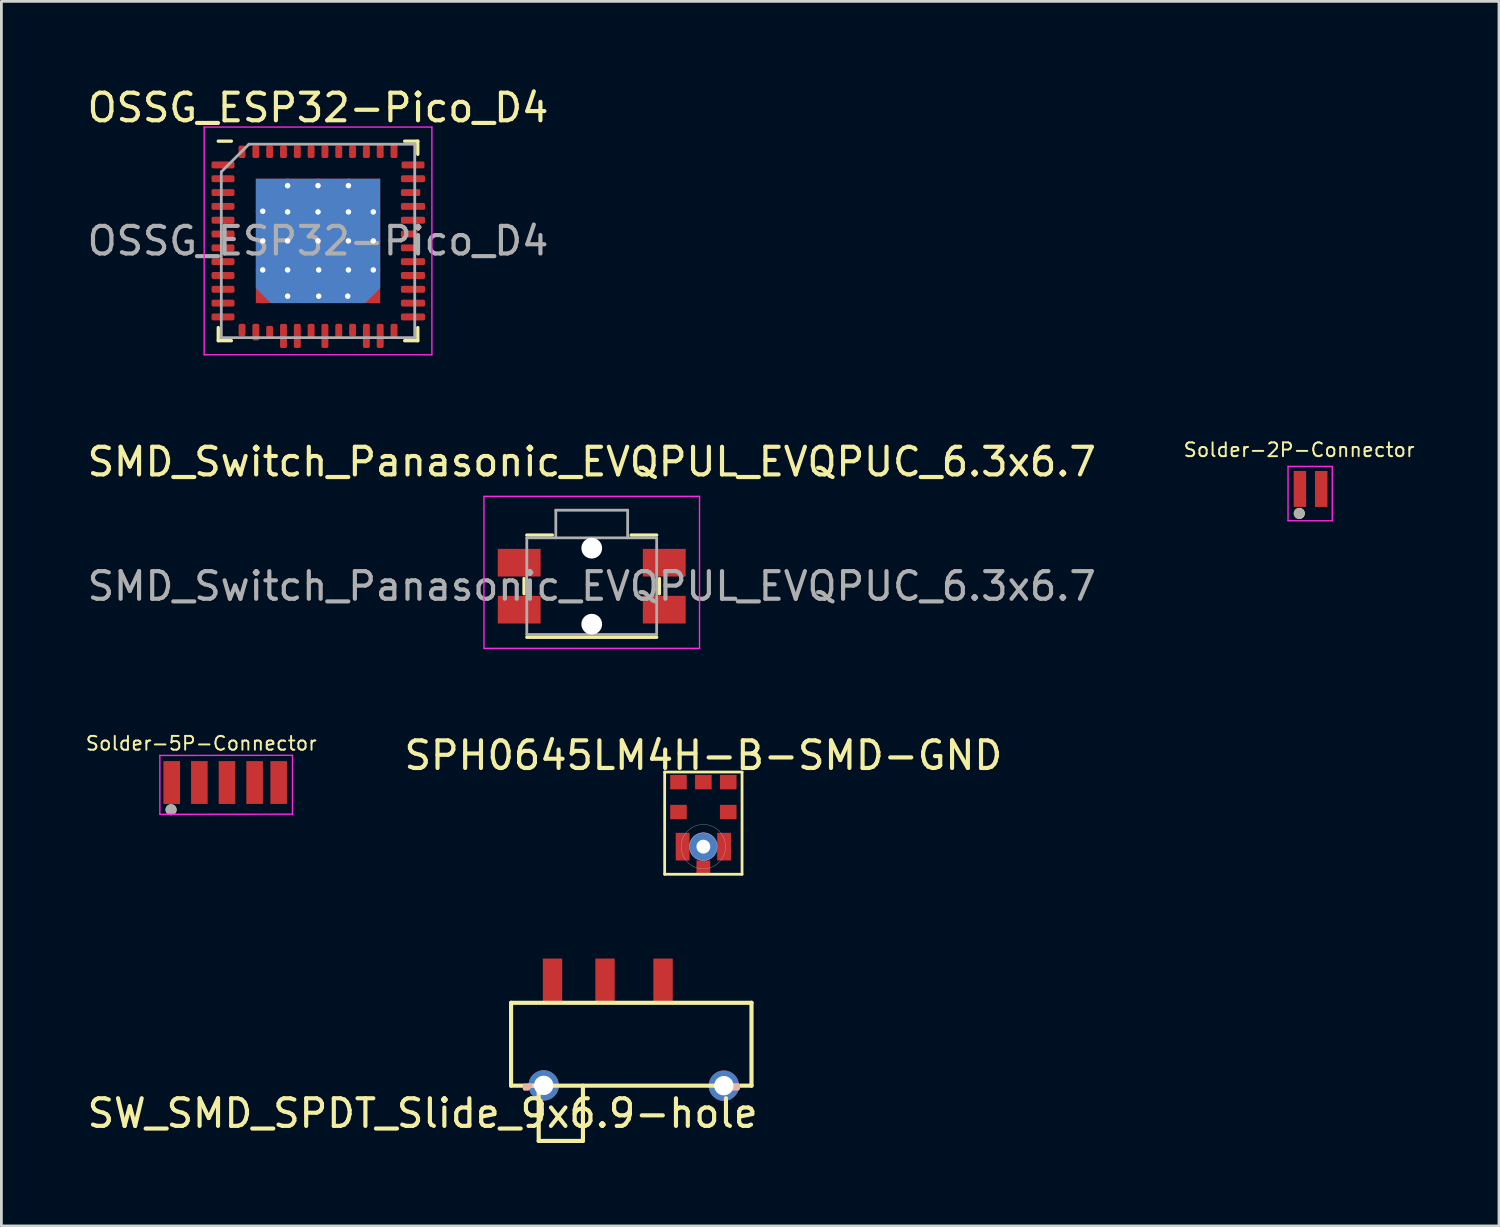
<source format=kicad_pcb>
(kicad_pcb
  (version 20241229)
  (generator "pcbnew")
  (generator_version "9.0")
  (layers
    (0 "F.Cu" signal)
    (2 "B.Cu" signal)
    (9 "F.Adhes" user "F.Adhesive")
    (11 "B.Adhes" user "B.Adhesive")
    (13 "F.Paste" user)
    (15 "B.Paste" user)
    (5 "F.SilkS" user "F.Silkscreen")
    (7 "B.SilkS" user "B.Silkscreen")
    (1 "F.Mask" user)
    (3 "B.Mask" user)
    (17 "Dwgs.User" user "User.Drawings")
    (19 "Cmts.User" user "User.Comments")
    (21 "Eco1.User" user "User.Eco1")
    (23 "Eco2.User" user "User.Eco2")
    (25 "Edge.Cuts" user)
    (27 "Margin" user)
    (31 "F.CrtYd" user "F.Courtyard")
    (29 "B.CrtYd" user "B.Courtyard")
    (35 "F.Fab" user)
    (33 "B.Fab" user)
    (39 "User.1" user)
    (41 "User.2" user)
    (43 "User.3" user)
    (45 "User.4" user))
  (footprint "Solder-5P-Connector"
    (layer "F.Cu")
    (at 4.634 25.252)
    (property "Reference" "Solder-5P-Connector" (at -0.4 -1.4 0) (layer "F.SilkS") (effects (font (size 0.5 0.5) (thickness 0.07))))
    (attr through_hole)
    (fp_circle (center -1.49 1) (end -1.39 1) (stroke (width 0.2) (type solid)) (fill no) (layer "F.SilkS"))
    (fp_line (start -1.9 -0.965) (end 2.9 -0.97) (stroke (width 0.05) (type solid)) (layer "F.CrtYd"))
    (fp_line (start -1.9 1.165) (end -1.9 -0.965) (stroke (width 0.05) (type solid)) (layer "F.CrtYd"))
    (fp_line (start 2.9 -0.97) (end 2.9 1.16) (stroke (width 0.05) (type solid)) (layer "F.CrtYd"))
    (fp_line (start 2.9 1.16) (end -1.9 1.165) (stroke (width 0.05) (type solid)) (layer "F.CrtYd"))
    (fp_circle (center -1.5 1) (end -1.4 1) (stroke (width 0.2) (type solid)) (fill no) (layer "F.Fab"))
    (pad "1" smd rect (at -1.47 0.015) (size 0.6 1.55) (layers "F.Cu" "F.Mask" "F.Paste"))
    (pad "2" smd rect (at -0.47 0.015) (size 0.6 1.55) (layers "F.Cu" "F.Mask" "F.Paste"))
    (pad "3" smd rect (at 0.53 0.015) (size 0.6 1.55) (layers "F.Cu" "F.Mask" "F.Paste"))
    (pad "4" smd rect (at 1.53 0.015) (size 0.6 1.55) (layers "F.Cu" "F.Mask" "F.Paste"))
    (pad "5" smd rect (at 2.4 0.015) (size 0.6 1.55) (layers "F.Cu" "F.Mask" "F.Paste")))
  (footprint "SMD_Switch_Panasonic_EVQPUL_EVQPUC_6.3x6.7"
    (layer "F.Cu")
    (at 18.363 18.162)
    (property "Reference" "SMD_Switch_Panasonic_EVQPUL_EVQPUC_6.3x6.7" (at 0 -4.5 0) (layer "F.SilkS") (effects (font (size 1 1) (thickness 0.15))))
    (attr smd)
    (fp_line (start -2.45 0.275) (end -2.45 -0.275) (stroke (width 0.12) (type solid)) (layer "F.SilkS"))
    (fp_line (start -1.425 -1.85) (end -2.35 -1.85) (stroke (width 0.12) (type solid)) (layer "F.SilkS"))
    (fp_line (start 2.35 -1.85) (end 1.425 -1.85) (stroke (width 0.12) (type solid)) (layer "F.SilkS"))
    (fp_line (start 2.35 1.85) (end -2.35 1.85) (stroke (width 0.12) (type solid)) (layer "F.SilkS"))
    (fp_line (start 2.45 0.275) (end 2.45 -0.275) (stroke (width 0.12) (type solid)) (layer "F.SilkS"))
    (fp_line (start -3.9 2.25) (end -3.9 -3.25) (stroke (width 0.05) (type solid)) (layer "F.CrtYd"))
    (fp_line (start 3.9 -3.25) (end -3.9 -3.25) (stroke (width 0.05) (type solid)) (layer "F.CrtYd"))
    (fp_line (start 3.9 2.25) (end -3.9 2.25) (stroke (width 0.05) (type solid)) (layer "F.CrtYd"))
    (fp_line (start 3.9 2.25) (end 3.9 -3.25) (stroke (width 0.05) (type solid)) (layer "F.CrtYd"))
    (fp_line (start -2.35 1.75) (end -2.35 -1.75) (stroke (width 0.1) (type solid)) (layer "F.Fab"))
    (fp_line (start -1.3 -2.75) (end -1.3 -1.75) (stroke (width 0.1) (type solid)) (layer "F.Fab"))
    (fp_line (start 1.3 -2.75) (end -1.3 -2.75) (stroke (width 0.1) (type solid)) (layer "F.Fab"))
    (fp_line (start 1.3 -2.75) (end 1.3 -1.75) (stroke (width 0.1) (type solid)) (layer "F.Fab"))
    (fp_line (start 2.35 -1.75) (end -2.35 -1.75) (stroke (width 0.1) (type solid)) (layer "F.Fab"))
    (fp_line (start 2.35 1.75) (end -2.35 1.75) (stroke (width 0.1) (type solid)) (layer "F.Fab"))
    (fp_line (start 2.35 1.75) (end 2.35 -1.75) (stroke (width 0.1) (type solid)) (layer "F.Fab"))
    (fp_text user "${REFERENCE}" (at 0 0 0) (layer "F.Fab") (effects (font (size 1 1) (thickness 0.15))))
    (pad "" np_thru_hole circle (at 0 -1.375 180) (size 0.75 0.75) (drill 0.75) (layers "*.Cu" "*.Mask"))
    (pad "" np_thru_hole circle (at 0 1.375 180) (size 0.75 0.75) (drill 0.75) (layers "*.Cu" "*.Mask"))
    (pad "1" smd rect (at -2.625 -0.85 180) (size 1.55 1) (layers "F.Cu" "F.Mask" "F.Paste"))
    (pad "1" smd rect (at 2.625 -0.85 180) (size 1.55 1) (layers "F.Cu" "F.Mask" "F.Paste"))
    (pad "2" smd rect (at -2.625 0.85 180) (size 1.55 1) (layers "F.Cu" "F.Mask" "F.Paste"))
    (pad "2" smd rect (at 2.625 0.85 180) (size 1.55 1) (layers "F.Cu" "F.Mask" "F.Paste")))
  (footprint "SW_SMD_SPDT_Slide_9x6.9-hole"
    (layer "F.Cu")
    (at 15.444 33.237)
    (property "Reference" "SW_SMD_SPDT_Slide_9x6.9-hole" (at -3.2 4 180) (layer "F.SilkS") (effects (font (size 1 1) (thickness 0.15))))
    (attr through_hole)
    (fp_line (start 0 0) (end 8.7 0) (stroke (width 0.15) (type solid)) (layer "F.SilkS"))
    (fp_line (start 0 3) (end 0 0) (stroke (width 0.15) (type solid)) (layer "F.SilkS"))
    (fp_line (start 1 3) (end 1 5) (stroke (width 0.15) (type solid)) (layer "F.SilkS"))
    (fp_line (start 1 5) (end 2.6 5) (stroke (width 0.15) (type solid)) (layer "F.SilkS"))
    (fp_line (start 2.6 5) (end 2.6 3) (stroke (width 0.15) (type solid)) (layer "F.SilkS"))
    (fp_line (start 8.7 0) (end 8.7 3) (stroke (width 0.15) (type solid)) (layer "F.SilkS"))
    (fp_line (start 8.7 3) (end 0 3) (stroke (width 0.15) (type solid)) (layer "F.SilkS"))
    (fp_line (start 0.5 3) (end 0.5 3.1) (stroke (width 0.15) (type solid)) (layer "B.SilkS"))
    (fp_line (start 0.5 3.1) (end 0.6 3.1) (stroke (width 0.15) (type solid)) (layer "B.SilkS"))
    (fp_line (start 0.6 3) (end 0.5 3) (stroke (width 0.15) (type solid)) (layer "B.SilkS"))
    (fp_line (start 0.6 3.1) (end 0.7 3) (stroke (width 0.15) (type solid)) (layer "B.SilkS"))
    (fp_line (start 0.7 3) (end 0.6 3) (stroke (width 0.15) (type solid)) (layer "B.SilkS"))
    (fp_line (start 8 3) (end 8.2 3) (stroke (width 0.15) (type solid)) (layer "B.SilkS"))
    (fp_line (start 8 3.1) (end 8 3) (stroke (width 0.15) (type solid)) (layer "B.SilkS"))
    (fp_line (start 8.2 3) (end 8.1 3) (stroke (width 0.15) (type solid)) (layer "B.SilkS"))
    (fp_line (start 8.2 3) (end 8.2 3.1) (stroke (width 0.15) (type solid)) (layer "B.SilkS"))
    (fp_line (start 8.2 3.1) (end 8 3.1) (stroke (width 0.15) (type solid)) (layer "B.SilkS"))
    (fp_line (start 0.7 3) (end 0.7 3.1) (stroke (width 0.15) (type solid)) (layer "F.Paste"))
    (pad "" thru_hole circle (at 1.18 2.99) (size 1.1 1.1) (drill 0.7) (layers "*.Cu" "*.Mask"))
    (pad "" thru_hole circle (at 7.7 3) (size 1.1 1.1) (drill 0.7) (layers "*.Cu" "*.Mask"))
    (pad "1" smd rect (at 1.5 -0.8) (size 0.7 1.6) (layers "F.Cu" "F.Mask" "F.Paste"))
    (pad "2" smd rect (at 5.5 -0.8) (size 0.7 1.6) (layers "F.Cu" "F.Mask" "F.Paste"))
    (pad "3" smd rect (at 3.4 -0.8) (size 0.7 1.6) (layers "F.Cu" "F.Mask" "F.Paste")))
  (footprint "SPH0645LM4H-B-SMD-GND"
    (layer "F.Cu")
    (at 22.402 27.587)
    (property "Reference" "SPH0645LM4H-B-SMD-GND" (at 0 -3.302 0) (layer "F.SilkS") (effects (font (size 1 1) (thickness 0.15))))
    (attr through_hole)
    (fp_line (start -1.4 -2.7) (end -1.4 1) (stroke (width 0.1) (type solid)) (layer "F.SilkS"))
    (fp_line (start -1.4 1) (end 1.4 1) (stroke (width 0.1) (type solid)) (layer "F.SilkS"))
    (fp_line (start 1.4 -2.7) (end -1.4 -2.7) (stroke (width 0.1) (type solid)) (layer "F.SilkS"))
    (fp_line (start 1.4 1) (end 1.4 -2.7) (stroke (width 0.1) (type solid)) (layer "F.SilkS"))
    (fp_circle (center 0 0) (end 0.5 0) (stroke (width 0.01) (type solid)) (fill no) (layer "Dwgs.User"))
    (fp_circle (center 0 0) (end 0.8 -0.05) (stroke (width 0.01) (type solid)) (fill no) (layer "Dwgs.User"))
    (pad "" np_thru_hole circle (at 0 0) (size 1.024 1.024) (drill 0.5) (layers "*.Cu" "*.Mask"))
    (pad "1" smd rect (at -0.9 -2.335) (size 0.6 0.522) (layers "F.Cu" "F.Mask" "F.Paste"))
    (pad "2" smd rect (at -0.9 -1.252) (size 0.6 0.522) (layers "F.Cu" "F.Mask" "F.Paste"))
    (pad "3" smd rect (at -0.75 0) (size 0.5 1) (layers "F.Cu" "F.Mask" "F.Paste"))
    (pad "3" smd rect (at 0 0.75) (size 0.5 0.5) (layers "F.Cu" "F.Mask" "F.Paste"))
    (pad "3" smd rect (at 0.75 0) (size 0.5 1) (layers "F.Cu" "F.Mask" "F.Paste"))
    (pad "4" smd rect (at 0.9 -1.252) (size 0.6 0.522) (layers "F.Cu" "F.Mask" "F.Paste"))
    (pad "5" smd rect (at 0.9 -2.335) (size 0.6 0.522) (layers "F.Cu" "F.Mask" "F.Paste"))
    (pad "6" smd rect (at 0 -2.335) (size 0.6 0.522) (layers "F.Cu" "F.Mask" "F.Paste")))
  (footprint "Solder-2P-Connector"
    (layer "F.Cu")
    (at 44.36 14.629)
    (property "Reference" "Solder-2P-Connector" (at -0.4 -1.4 0) (layer "F.SilkS") (effects (font (size 0.5 0.5) (thickness 0.07))))
    (attr through_hole)
    (fp_circle (center -0.39 0.9) (end -0.29 0.9) (stroke (width 0.2) (type solid)) (fill no) (layer "F.SilkS"))
    (fp_line (start -0.8 -0.8) (end 0.8 -0.8) (stroke (width 0.05) (type solid)) (layer "F.CrtYd"))
    (fp_line (start -0.8 1.165) (end -0.8 -0.8) (stroke (width 0.05) (type solid)) (layer "F.CrtYd"))
    (fp_line (start 0.8 -0.8) (end 0.8 1.165) (stroke (width 0.05) (type solid)) (layer "F.CrtYd"))
    (fp_line (start 0.8 1.165) (end -0.8 1.165) (stroke (width 0.05) (type solid)) (layer "F.CrtYd"))
    (fp_circle (center -0.4 0.9) (end -0.3 0.9) (stroke (width 0.2) (type solid)) (fill no) (layer "F.Fab"))
    (pad "1" smd rect (at -0.37 0.015) (size 0.45 1.3) (layers "F.Cu" "F.Mask" "F.Paste"))
    (pad "2" smd rect (at 0.4 0.015) (size 0.45 1.3) (layers "F.Cu" "F.Mask" "F.Paste")))
  (footprint "OSSG_ESP32-Pico_D4"
    (layer "F.Cu")
    (at 8.458 5.668)
    (property "Reference" "OSSG_ESP32-Pico_D4" (at 0 -4.82 0) (layer "F.SilkS") (effects (font (size 1 1) (thickness 0.15))))
    (attr smd)
    (fp_line (start -3.61 3.61) (end -3.61 3.135) (stroke (width 0.12) (type solid)) (layer "F.SilkS"))
    (fp_line (start -3.135 -3.61) (end -3.61 -3.61) (stroke (width 0.12) (type solid)) (layer "F.SilkS"))
    (fp_line (start -3.135 3.61) (end -3.61 3.61) (stroke (width 0.12) (type solid)) (layer "F.SilkS"))
    (fp_line (start 3.135 -3.61) (end 3.61 -3.61) (stroke (width 0.12) (type solid)) (layer "F.SilkS"))
    (fp_line (start 3.135 3.61) (end 3.61 3.61) (stroke (width 0.12) (type solid)) (layer "F.SilkS"))
    (fp_line (start 3.61 -3.61) (end 3.61 -3.135) (stroke (width 0.12) (type solid)) (layer "F.SilkS"))
    (fp_line (start 3.61 3.61) (end 3.61 3.135) (stroke (width 0.12) (type solid)) (layer "F.SilkS"))
    (fp_line (start -4.12 -4.12) (end -4.12 4.12) (stroke (width 0.05) (type solid)) (layer "F.CrtYd"))
    (fp_line (start -4.12 4.12) (end 4.12 4.12) (stroke (width 0.05) (type solid)) (layer "F.CrtYd"))
    (fp_line (start 4.12 -4.12) (end -4.12 -4.12) (stroke (width 0.05) (type solid)) (layer "F.CrtYd"))
    (fp_line (start 4.12 4.12) (end 4.12 -4.12) (stroke (width 0.05) (type solid)) (layer "F.CrtYd"))
    (fp_line (start -3.5 -2.5) (end -2.5 -3.5) (stroke (width 0.1) (type solid)) (layer "F.Fab"))
    (fp_line (start -3.5 3.5) (end -3.5 -2.5) (stroke (width 0.1) (type solid)) (layer "F.Fab"))
    (fp_line (start -2.5 -3.5) (end 3.5 -3.5) (stroke (width 0.1) (type solid)) (layer "F.Fab"))
    (fp_line (start 3.5 -3.5) (end 3.5 3.5) (stroke (width 0.1) (type solid)) (layer "F.Fab"))
    (fp_line (start 3.5 3.5) (end -3.5 3.5) (stroke (width 0.1) (type solid)) (layer "F.Fab"))
    (fp_text user "${REFERENCE}" (at 0 0 0) (layer "F.Fab") (effects (font (size 1 1) (thickness 0.15))))
    (pad "" smd roundrect (at -1.6 -1.525) (size 0.8 0.8) (layers "F.Paste") (roundrect_rratio 0.231))
    (pad "" smd roundrect (at -1.6 1.5) (size 0.8 0.8) (layers "F.Paste") (roundrect_rratio 0.231))
    (pad "" smd roundrect (at -1.575 0.525) (size 0.8 0.8) (layers "F.Paste") (roundrect_rratio 0.231))
    (pad "" smd roundrect (at -1.55 -0.525) (size 0.8 0.8) (layers "F.Paste") (roundrect_rratio 0.231))
    (pad "" smd roundrect (at -0.55 -1.525) (size 0.8 0.8) (layers "F.Paste") (roundrect_rratio 0.231))
    (pad "" smd roundrect (at -0.55 -0.5) (size 0.8 0.8) (layers "F.Paste") (roundrect_rratio 0.231))
    (pad "" smd roundrect (at -0.55 0.525) (size 0.8 0.8) (layers "F.Paste") (roundrect_rratio 0.231))
    (pad "" smd roundrect (at -0.55 1.525) (size 0.8 0.8) (layers "F.Paste") (roundrect_rratio 0.231))
    (pad "" smd roundrect (at 0.55 -1.55) (size 0.8 0.8) (layers "F.Paste") (roundrect_rratio 0.231))
    (pad "" smd roundrect (at 0.55 -0.55) (size 0.8 0.8) (layers "F.Paste") (roundrect_rratio 0.231))
    (pad "" smd roundrect (at 0.55 0.525) (size 0.8 0.8) (layers "F.Paste") (roundrect_rratio 0.231))
    (pad "" smd roundrect (at 0.55 1.55) (size 0.8 0.8) (layers "F.Paste") (roundrect_rratio 0.231))
    (pad "" smd roundrect (at 1.55 -0.525) (size 0.8 0.8) (layers "F.Paste") (roundrect_rratio 0.231))
    (pad "" smd roundrect (at 1.55 0.525) (size 0.8 0.8) (layers "F.Paste") (roundrect_rratio 0.231))
    (pad "" smd roundrect (at 1.6 -1.55) (size 0.8 0.8) (layers "F.Paste") (roundrect_rratio 0.231))
    (pad "" smd roundrect (at 1.6 1.55) (size 0.8 0.8) (layers "F.Paste") (roundrect_rratio 0.231))
    (pad "1" smd roundrect (at -3.438 -2.75) (size 0.83 0.25) (layers "F.Cu" "F.Mask" "F.Paste") (roundrect_rratio 0.25))
    (pad "2" smd roundrect (at -3.438 -2.25) (size 0.83 0.25) (layers "F.Cu" "F.Mask" "F.Paste") (roundrect_rratio 0.25))
    (pad "3" smd roundrect (at -3.438 -1.75) (size 0.83 0.25) (layers "F.Cu" "F.Mask" "F.Paste") (roundrect_rratio 0.25))
    (pad "4" smd roundrect (at -3.438 -1.25) (size 0.83 0.25) (layers "F.Cu" "F.Mask" "F.Paste") (roundrect_rratio 0.25))
    (pad "5" smd roundrect (at -3.438 -0.75) (size 0.83 0.25) (layers "F.Cu" "F.Mask" "F.Paste") (roundrect_rratio 0.25))
    (pad "6" smd roundrect (at -3.438 -0.25) (size 0.83 0.25) (layers "F.Cu" "F.Mask" "F.Paste") (roundrect_rratio 0.25))
    (pad "7" smd roundrect (at -3.438 0.25) (size 0.83 0.25) (layers "F.Cu" "F.Mask" "F.Paste") (roundrect_rratio 0.25))
    (pad "8" smd roundrect (at -3.438 0.75) (size 0.83 0.25) (layers "F.Cu" "F.Mask" "F.Paste") (roundrect_rratio 0.25))
    (pad "9" smd roundrect (at -3.438 1.25) (size 0.83 0.25) (layers "F.Cu" "F.Mask" "F.Paste") (roundrect_rratio 0.25))
    (pad "10" smd roundrect (at -3.438 1.75) (size 0.83 0.25) (layers "F.Cu" "F.Mask" "F.Paste") (roundrect_rratio 0.25))
    (pad "11" smd roundrect (at -3.438 2.25) (size 0.83 0.25) (layers "F.Cu" "F.Mask" "F.Paste") (roundrect_rratio 0.25))
    (pad "12" smd roundrect (at -3.438 2.75) (size 0.83 0.25) (layers "F.Cu" "F.Mask" "F.Paste") (roundrect_rratio 0.25))
    (pad "13" smd roundrect (at -2.75 3.225) (size 0.25 0.45) (layers "F.Cu" "F.Mask" "F.Paste") (roundrect_rratio 0.25))
    (pad "14" smd roundrect (at -2.25 3.3) (size 0.25 0.6) (layers "F.Cu" "F.Mask" "F.Paste") (roundrect_rratio 0.25))
    (pad "15" smd roundrect (at -1.75 3.3) (size 0.25 0.45) (layers "F.Cu" "F.Mask" "F.Paste") (roundrect_rratio 0.25))
    (pad "16" smd roundrect (at -1.25 3.438) (size 0.25 0.875) (layers "F.Cu" "F.Mask" "F.Paste") (roundrect_rratio 0.25))
    (pad "17" smd roundrect (at -0.75 3.438) (size 0.25 0.875) (layers "F.Cu" "F.Mask" "F.Paste") (roundrect_rratio 0.25))
    (pad "18" smd roundrect (at -0.25 3.25) (size 0.25 0.5) (layers "F.Cu" "F.Mask" "F.Paste") (roundrect_rratio 0.25))
    (pad "19" smd roundrect (at 0.25 3.438) (size 0.25 0.875) (layers "F.Cu" "F.Mask" "F.Paste") (roundrect_rratio 0.25))
    (pad "20" smd roundrect (at 0.75 3.25) (size 0.25 0.5) (layers "F.Cu" "F.Mask" "F.Paste") (roundrect_rratio 0.25))
    (pad "21" smd roundrect (at 1.25 3.225) (size 0.25 0.45) (layers "F.Cu" "F.Mask" "F.Paste") (roundrect_rratio 0.25))
    (pad "22" smd roundrect (at 1.75 3.438) (size 0.25 0.875) (layers "F.Cu" "F.Mask" "F.Paste") (roundrect_rratio 0.25))
    (pad "23" smd roundrect (at 2.25 3.438) (size 0.25 0.875) (layers "F.Cu" "F.Mask" "F.Paste") (roundrect_rratio 0.25))
    (pad "24" smd roundrect (at 2.75 3.25) (size 0.25 0.5) (layers "F.Cu" "F.Mask" "F.Paste") (roundrect_rratio 0.25))
    (pad "25" smd roundrect (at 3.438 2.75) (size 0.875 0.25) (layers "F.Cu" "F.Mask" "F.Paste") (roundrect_rratio 0.25))
    (pad "26" smd roundrect (at 3.438 2.25) (size 0.875 0.25) (layers "F.Cu" "F.Mask" "F.Paste") (roundrect_rratio 0.25))
    (pad "27" smd roundrect (at 3.438 1.75) (size 0.875 0.25) (layers "F.Cu" "F.Mask" "F.Paste") (roundrect_rratio 0.25))
    (pad "28" smd roundrect (at 3.438 1.25) (size 0.875 0.25) (layers "F.Cu" "F.Mask" "F.Paste") (roundrect_rratio 0.25))
    (pad "29" smd roundrect (at 3.438 0.75) (size 0.875 0.25) (layers "F.Cu" "F.Mask" "F.Paste") (roundrect_rratio 0.25))
    (pad "30" smd roundrect (at 3.3 0.25) (size 0.6 0.25) (layers "F.Cu" "F.Mask" "F.Paste") (roundrect_rratio 0.25))
    (pad "31" smd roundrect (at 3.3 -0.25) (size 0.6 0.25) (layers "F.Cu" "F.Mask" "F.Paste") (roundrect_rratio 0.25))
    (pad "32" smd roundrect (at 3.438 -0.75) (size 0.875 0.25) (layers "F.Cu" "F.Mask" "F.Paste") (roundrect_rratio 0.25))
    (pad "33" smd roundrect (at 3.438 -1.25) (size 0.875 0.25) (layers "F.Cu" "F.Mask" "F.Paste") (roundrect_rratio 0.25))
    (pad "34" smd roundrect (at 3.35 -1.75) (size 0.7 0.25) (layers "F.Cu" "F.Mask" "F.Paste") (roundrect_rratio 0.25))
    (pad "35" smd roundrect (at 3.438 -2.25) (size 0.875 0.25) (layers "F.Cu" "F.Mask" "F.Paste") (roundrect_rratio 0.25))
    (pad "36" smd roundrect (at 3.438 -2.75) (size 0.83 0.25) (layers "F.Cu" "F.Mask" "F.Paste") (roundrect_rratio 0.25))
    (pad "37" smd roundrect (at 2.75 -3.25) (size 0.25 0.5) (layers "F.Cu" "F.Mask" "F.Paste") (roundrect_rratio 0.25))
    (pad "38" smd roundrect (at 2.25 -3.25) (size 0.25 0.5) (layers "F.Cu" "F.Mask" "F.Paste") (roundrect_rratio 0.25))
    (pad "39" smd roundrect (at 1.75 -3.225) (size 0.25 0.45) (layers "F.Cu" "F.Mask" "F.Paste") (roundrect_rratio 0.25))
    (pad "40" smd roundrect (at 1.25 -3.225) (size 0.25 0.45) (layers "F.Cu" "F.Mask" "F.Paste") (roundrect_rratio 0.25))
    (pad "41" smd roundrect (at 0.75 -3.225) (size 0.25 0.45) (layers "F.Cu" "F.Mask" "F.Paste") (roundrect_rratio 0.25))
    (pad "42" smd roundrect (at 0.25 -3.225) (size 0.25 0.45) (layers "F.Cu" "F.Mask" "F.Paste") (roundrect_rratio 0.25))
    (pad "43" smd roundrect (at -0.25 -3.225) (size 0.25 0.45) (layers "F.Cu" "F.Mask" "F.Paste") (roundrect_rratio 0.25))
    (pad "44" smd roundrect (at -0.75 -3.225) (size 0.25 0.45) (layers "F.Cu" "F.Mask" "F.Paste") (roundrect_rratio 0.25))
    (pad "45" smd roundrect (at -1.25 -3.225) (size 0.25 0.45) (layers "F.Cu" "F.Mask" "F.Paste") (roundrect_rratio 0.25))
    (pad "46" smd roundrect (at -1.75 -3.225) (size 0.25 0.45) (layers "F.Cu" "F.Mask" "F.Paste") (roundrect_rratio 0.25))
    (pad "47" smd roundrect (at -2.25 -3.225) (size 0.25 0.45) (layers "F.Cu" "F.Mask" "F.Paste") (roundrect_rratio 0.25))
    (pad "48" smd roundrect (at -2.75 -3.225) (size 0.25 0.45) (layers "F.Cu" "F.Mask" "F.Paste") (roundrect_rratio 0.25))
    (pad "49" thru_hole circle (at -2 -1.075) (size 0.5 0.5) (drill 0.2) (layers "*.Cu"))
    (pad "49" thru_hole circle (at -2 0) (size 0.5 0.5) (drill 0.2) (layers "*.Cu"))
    (pad "49" thru_hole circle (at -2 1.05) (size 0.5 0.5) (drill 0.2) (layers "*.Cu"))
    (pad "49" thru_hole circle (at -1.1 -2) (size 0.5 0.5) (drill 0.2) (layers "*.Cu"))
    (pad "49" thru_hole circle (at -1.1 -1.05) (size 0.5 0.5) (drill 0.2) (layers "*.Cu"))
    (pad "49" thru_hole circle (at -1.1 0) (size 0.5 0.5) (drill 0.2) (layers "*.Cu"))
    (pad "49" thru_hole circle (at -1.1 1.05) (size 0.5 0.5) (drill 0.2) (layers "*.Cu"))
    (pad "49" thru_hole circle (at -1.1 2) (size 0.5 0.5) (drill 0.2) (layers "*.Cu"))
    (pad "49" thru_hole circle (at 0 -2) (size 0.5 0.5) (drill 0.2) (layers "*.Cu"))
    (pad "49" thru_hole circle (at 0 -1.05) (size 0.5 0.5) (drill 0.2) (layers "*.Cu"))
    (pad "49" thru_hole circle (at 0 0) (size 0.5 0.5) (drill 0.2) (layers "*.Cu"))
    (pad "49" smd rect (at 0 0) (size 4.5 4.5) (layers "F.Cu" "F.Mask"))
    (pad "49" smd roundrect (at 0 0) (size 4.5 4.5) (layers "B.Cu") (roundrect_rratio 0) (chamfer_ratio 0.12) (chamfer bottom_left bottom_right))
    (pad "49" thru_hole circle (at 0.025 1.05) (size 0.5 0.5) (drill 0.2) (layers "*.Cu"))
    (pad "49" thru_hole circle (at 0.025 2) (size 0.5 0.5) (drill 0.2) (layers "*.Cu"))
    (pad "49" thru_hole circle (at 1.075 2) (size 0.5 0.5) (drill 0.2) (layers "*.Cu"))
    (pad "49" thru_hole circle (at 1.1 -2) (size 0.5 0.5) (drill 0.2) (layers "*.Cu"))
    (pad "49" thru_hole circle (at 1.1 -1.05) (size 0.5 0.5) (drill 0.2) (layers "*.Cu"))
    (pad "49" thru_hole circle (at 1.1 0) (size 0.5 0.5) (drill 0.2) (layers "*.Cu"))
    (pad "49" thru_hole circle (at 1.1 1.05) (size 0.5 0.5) (drill 0.2) (layers "*.Cu"))
    (pad "49" thru_hole circle (at 2 -1.05) (size 0.5 0.5) (drill 0.2) (layers "*.Cu"))
    (pad "49" thru_hole circle (at 2 0) (size 0.5 0.5) (drill 0.2) (layers "*.Cu"))
    (pad "49" thru_hole circle (at 2 1.05) (size 0.5 0.5) (drill 0.2) (layers "*.Cu")))
  (gr_rect
    (start -3 -3)
    (end 51.193 41.312)
    (stroke (width 0.1) (type default))
    (fill no)
    (layer "Edge.Cuts")))
</source>
